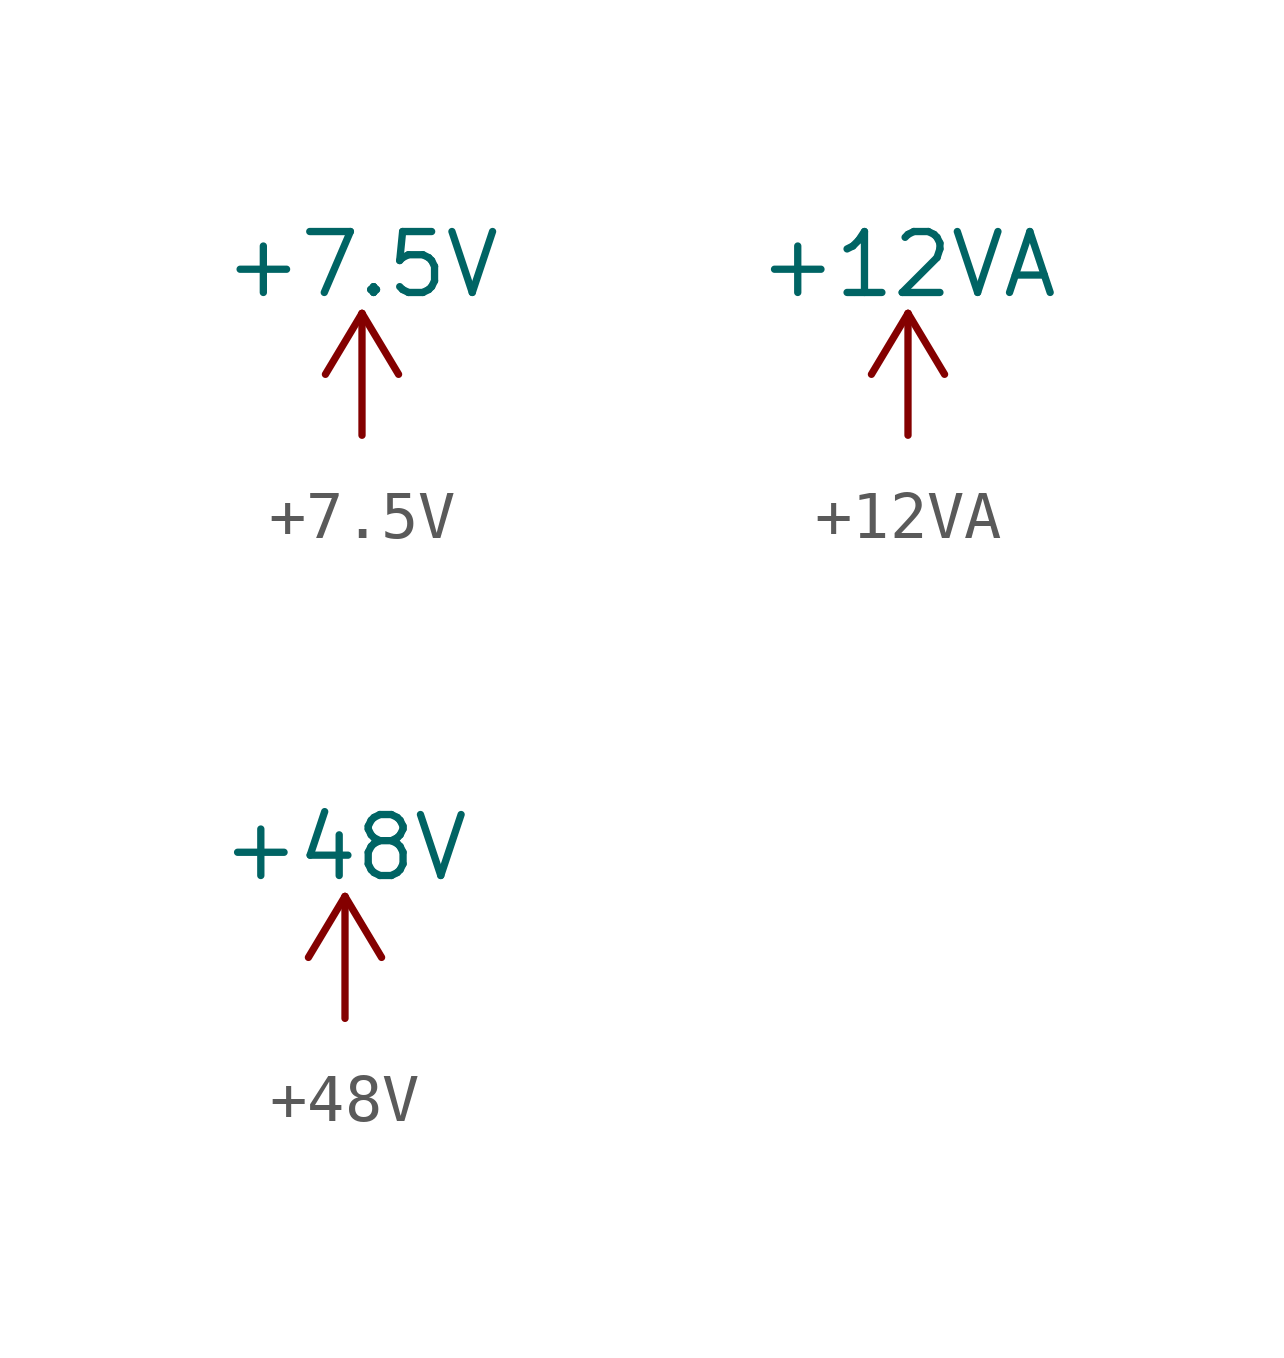
<source format=kicad_sym>
(kicad_symbol_lib
  (version 20231120)
  (generator "kicad_symbol_editor")
  (generator_version "8.0")
  (symbol "+7.5V"
    (power)
    (pin_numbers hide)
    (pin_names
      (offset 0) hide)
    (property "Reference" "#PWR"
      (at 0 -3.81 0)
      (effects (font (size 1.27 1.27)) (hide yes)))
    (property "Value" "+7.5V"
      (at 0 3.556 0)
      (effects (font (size 1.27 1.27))))
    (symbol "+7.5V_0_1"
      (polyline (pts (xy -0.762 1.27) (xy 0 2.54)) (stroke (width 0) (type default)) (fill (type none)))
      (polyline (pts (xy 0 0) (xy 0 2.54)) (stroke (width 0) (type default)) (fill (type none)))
      (polyline (pts (xy 0 2.54) (xy 0.762 1.27)) (stroke (width 0) (type default)) (fill (type none))))
    (symbol "+7.5V_1_1"
      (pin power_in line (at 0 0 90) (length 0) hide (name "+7.5V" (effects (font (size 1.27 1.27)))) (number "1" (effects (font (size 1.27 1.27)))))))
  (symbol "+12VA"
    (power)
    (pin_numbers hide)
    (pin_names
      (offset 0) hide)
    (property "Reference" "#PWR"
      (at 0 -3.81 0)
      (effects (font (size 1.27 1.27)) (hide yes)))
    (property "Value" "+12VA"
      (at 0 3.556 0)
      (effects (font (size 1.27 1.27))))
    (symbol "+12VA_0_1"
      (polyline (pts (xy -0.762 1.27) (xy 0 2.54)) (stroke (width 0) (type default)) (fill (type none)))
      (polyline (pts (xy 0 0) (xy 0 2.54)) (stroke (width 0) (type default)) (fill (type none)))
      (polyline (pts (xy 0 2.54) (xy 0.762 1.27)) (stroke (width 0) (type default)) (fill (type none))))
    (symbol "+12VA_1_1"
      (pin power_in line (at 0 0 90) (length 0) hide (name "+12VA" (effects (font (size 1.27 1.27)))) (number "1" (effects (font (size 1.27 1.27)))))))
  (symbol "+48V"
    (power)
    (pin_numbers hide)
    (pin_names
      (offset 0) hide)
    (property "Reference" "#PWR"
      (at 0 -3.81 0)
      (effects (font (size 1.27 1.27)) (hide yes)))
    (property "Value" "+48V"
      (at 0 3.556 0)
      (effects (font (size 1.27 1.27))))
    (symbol "+48V_0_1"
      (polyline (pts (xy -0.762 1.27) (xy 0 2.54)) (stroke (width 0) (type default)) (fill (type none)))
      (polyline (pts (xy 0 0) (xy 0 2.54)) (stroke (width 0) (type default)) (fill (type none)))
      (polyline (pts (xy 0 2.54) (xy 0.762 1.27)) (stroke (width 0) (type default)) (fill (type none))))
    (symbol "+48V_1_1"
      (pin power_in line (at 0 0 90) (length 0) hide (name "+48V" (effects (font (size 1.27 1.27)))) (number "1" (effects (font (size 1.27 1.27))))))))
</source>
